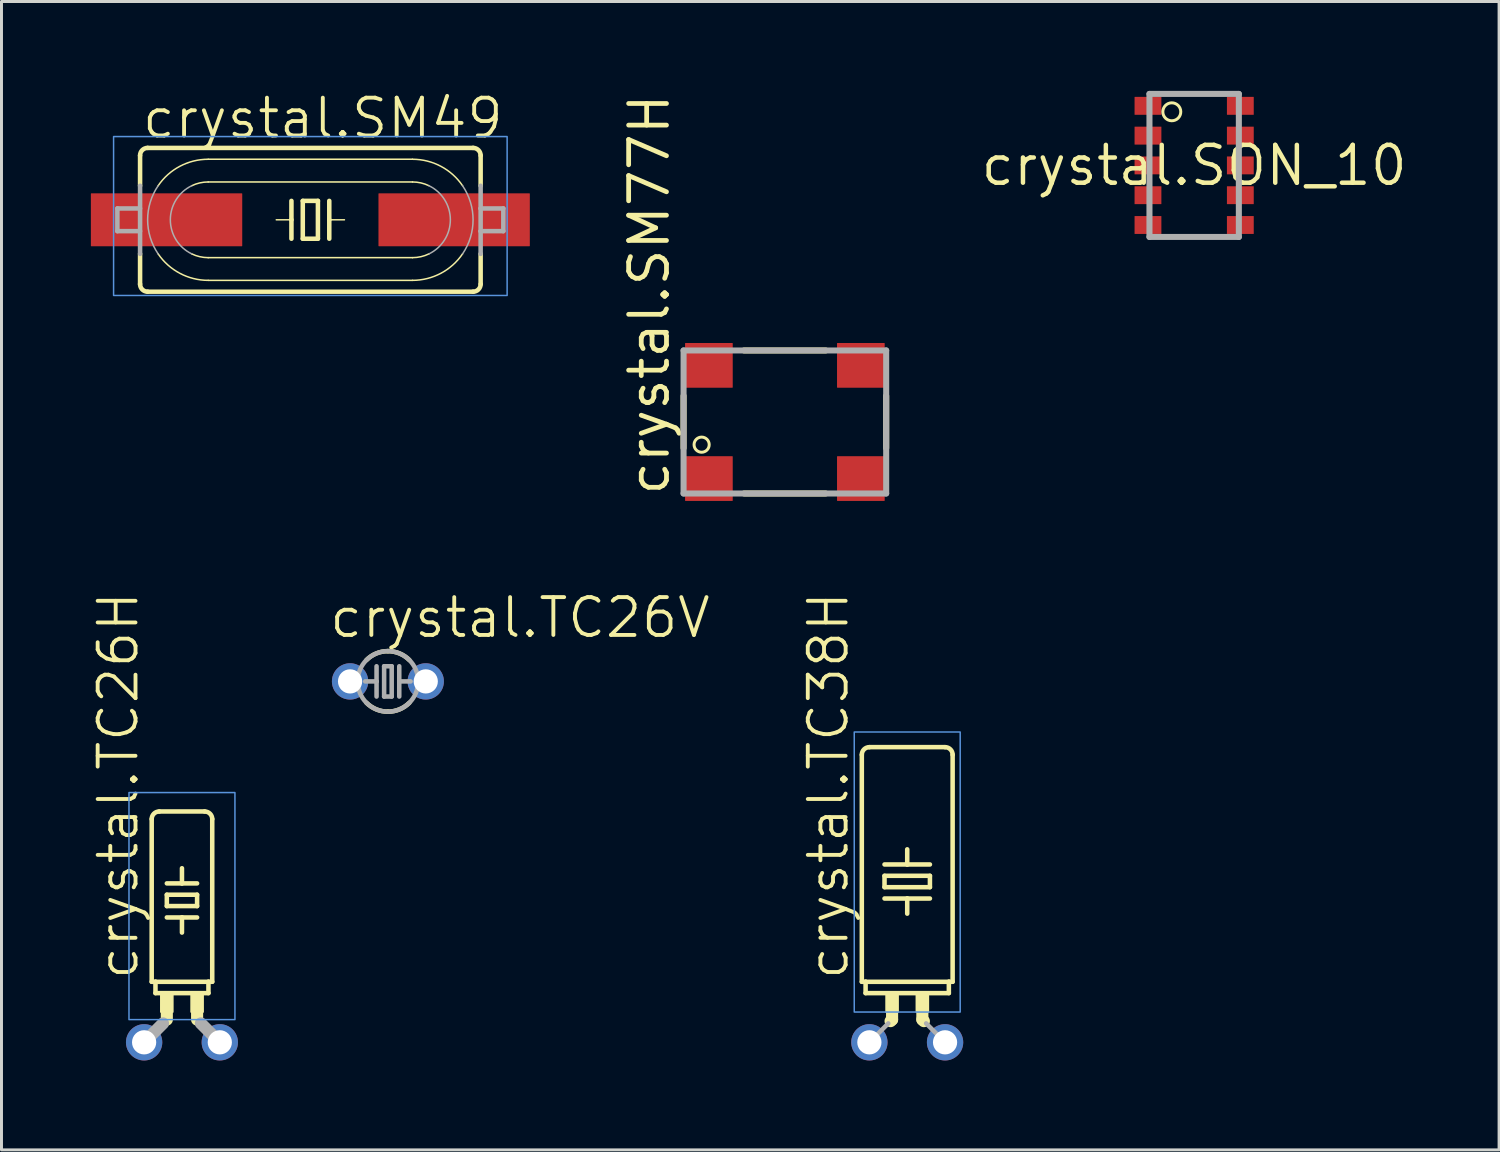
<source format=kicad_pcb>
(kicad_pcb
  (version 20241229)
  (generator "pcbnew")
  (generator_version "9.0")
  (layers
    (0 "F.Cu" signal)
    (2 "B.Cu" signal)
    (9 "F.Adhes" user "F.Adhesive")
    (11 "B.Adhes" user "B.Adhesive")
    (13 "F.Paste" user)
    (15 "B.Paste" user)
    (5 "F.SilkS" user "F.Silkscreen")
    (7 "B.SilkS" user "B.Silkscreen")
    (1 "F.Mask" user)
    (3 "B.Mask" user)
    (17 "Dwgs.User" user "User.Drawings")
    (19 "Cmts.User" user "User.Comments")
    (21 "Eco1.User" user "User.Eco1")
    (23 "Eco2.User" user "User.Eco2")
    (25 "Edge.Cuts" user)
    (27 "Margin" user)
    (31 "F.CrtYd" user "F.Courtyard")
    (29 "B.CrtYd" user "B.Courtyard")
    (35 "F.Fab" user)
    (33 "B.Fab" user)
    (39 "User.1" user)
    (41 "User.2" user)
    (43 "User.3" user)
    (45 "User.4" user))
  (footprint "crystal.SM49"
    (layer "F.Cu")
    (at 7.366 4.327)
    (property "Reference" "crystal.SM49" (at -5.715 -2.667 0) (layer "F.SilkS") (effects (font (size 1.27 1.27) (thickness 0.13)) (justify left bottom)))
    (attr smd)
    (fp_line (start -5.715 -2.159) (end -5.715 -1.143) (stroke (width 0.152) (type default)) (layer "F.SilkS"))
    (fp_line (start -5.715 1.143) (end -5.715 2.159) (stroke (width 0.152) (type default)) (layer "F.SilkS"))
    (fp_line (start -5.461 -2.413) (end 5.461 -2.413) (stroke (width 0.152) (type default)) (layer "F.SilkS"))
    (fp_line (start -5.461 2.413) (end 5.461 2.413) (stroke (width 0.152) (type default)) (layer "F.SilkS"))
    (fp_line (start -3.429 -2.032) (end 3.429 -2.032) (stroke (width 0.051) (type default)) (layer "F.SilkS"))
    (fp_line (start -3.429 -1.27) (end 3.429 -1.27) (stroke (width 0.051) (type default)) (layer "F.SilkS"))
    (fp_line (start -0.635 -0.635) (end -0.635 0) (stroke (width 0.152) (type default)) (layer "F.SilkS"))
    (fp_line (start -0.635 0) (end -1.143 0) (stroke (width 0.051) (type default)) (layer "F.SilkS"))
    (fp_line (start -0.635 0) (end -0.635 0.635) (stroke (width 0.152) (type default)) (layer "F.SilkS"))
    (fp_line (start -0.254 -0.635) (end -0.254 0.635) (stroke (width 0.152) (type default)) (layer "F.SilkS"))
    (fp_line (start -0.254 0.635) (end 0.254 0.635) (stroke (width 0.152) (type default)) (layer "F.SilkS"))
    (fp_line (start 0.254 -0.635) (end -0.254 -0.635) (stroke (width 0.152) (type default)) (layer "F.SilkS"))
    (fp_line (start 0.254 0.635) (end 0.254 -0.635) (stroke (width 0.152) (type default)) (layer "F.SilkS"))
    (fp_line (start 0.635 -0.635) (end 0.635 0) (stroke (width 0.152) (type default)) (layer "F.SilkS"))
    (fp_line (start 0.635 0) (end 0.635 0.635) (stroke (width 0.152) (type default)) (layer "F.SilkS"))
    (fp_line (start 0.635 0) (end 1.143 0) (stroke (width 0.051) (type default)) (layer "F.SilkS"))
    (fp_line (start 3.429 1.27) (end -3.429 1.27) (stroke (width 0.051) (type default)) (layer "F.SilkS"))
    (fp_line (start 3.429 2.032) (end -3.429 2.032) (stroke (width 0.051) (type default)) (layer "F.SilkS"))
    (fp_line (start 5.715 -2.159) (end 5.715 -1.143) (stroke (width 0.152) (type default)) (layer "F.SilkS"))
    (fp_line (start 5.715 1.143) (end 5.715 2.159) (stroke (width 0.152) (type default)) (layer "F.SilkS"))
    (fp_arc (start -5.715 -2.159) (mid -5.640605 -2.338605) (end -5.461 -2.413) (stroke (width 0.1524) (type default)) (layer "F.SilkS"))
    (fp_arc (start -5.461 2.413) (mid -5.640605 2.338605) (end -5.715 2.159) (stroke (width 0.1524) (type default)) (layer "F.SilkS"))
    (fp_arc (start -5.1091 -1.143) (mid -4.379417 -1.796107) (end -3.429 -2.0321) (stroke (width 0.0508) (type default)) (layer "F.SilkS"))
    (fp_arc (start -3.9826 -1.143) (mid -3.712991 -1.237845) (end -3.429 -1.27) (stroke (width 0.0508) (type default)) (layer "F.SilkS"))
    (fp_arc (start -3.429 1.27) (mid -3.712991 1.237845) (end -3.9826 1.143) (stroke (width 0.0508) (type default)) (layer "F.SilkS"))
    (fp_arc (start -3.429 2.032) (mid -4.379408 1.796062) (end -5.1091 1.143) (stroke (width 0.0508) (type default)) (layer "F.SilkS"))
    (fp_arc (start 3.429 -2.032) (mid 4.379408 -1.796062) (end 5.1091 -1.143) (stroke (width 0.0508) (type default)) (layer "F.SilkS"))
    (fp_arc (start 3.429 -1.27) (mid 3.712991 -1.237845) (end 3.9826 -1.143) (stroke (width 0.0508) (type default)) (layer "F.SilkS"))
    (fp_arc (start 3.9826 1.143) (mid 3.712991 1.237845) (end 3.429 1.27) (stroke (width 0.0508) (type default)) (layer "F.SilkS"))
    (fp_arc (start 5.109 1.1429) (mid 4.379367 1.795995) (end 3.429 2.032) (stroke (width 0.0508) (type default)) (layer "F.SilkS"))
    (fp_arc (start 5.461 -2.413) (mid 5.640605 -2.338605) (end 5.715 -2.159) (stroke (width 0.1524) (type default)) (layer "F.SilkS"))
    (fp_arc (start 5.715 2.159) (mid 5.640605 2.338605) (end 5.461 2.413) (stroke (width 0.1524) (type default)) (layer "F.SilkS"))
    (fp_rect (start -6.604 2.54) (end 6.604 -2.794) (stroke (width 0.05) (type default)) (fill no) (layer "Cmts.User"))
    (fp_line (start -6.477 -0.381) (end -6.477 0.381) (stroke (width 0.152) (type default)) (layer "F.Fab"))
    (fp_line (start -5.715 -1.143) (end -5.715 1.143) (stroke (width 0.152) (type default)) (layer "F.Fab"))
    (fp_line (start -5.715 -0.381) (end -6.477 -0.381) (stroke (width 0.152) (type default)) (layer "F.Fab"))
    (fp_line (start -5.715 0.381) (end -6.477 0.381) (stroke (width 0.152) (type default)) (layer "F.Fab"))
    (fp_line (start 5.715 -1.143) (end 5.715 -0.381) (stroke (width 0.152) (type default)) (layer "F.Fab"))
    (fp_line (start 5.715 -0.381) (end 5.715 0.381) (stroke (width 0.152) (type default)) (layer "F.Fab"))
    (fp_line (start 5.715 -0.381) (end 6.477 -0.381) (stroke (width 0.152) (type default)) (layer "F.Fab"))
    (fp_line (start 5.715 0.381) (end 5.715 1.143) (stroke (width 0.152) (type default)) (layer "F.Fab"))
    (fp_line (start 5.715 0.381) (end 6.477 0.381) (stroke (width 0.152) (type default)) (layer "F.Fab"))
    (fp_line (start 6.477 -0.381) (end 6.477 0.381) (stroke (width 0.152) (type default)) (layer "F.Fab"))
    (fp_arc (start -5.1091 1.143) (mid -5.46104 0) (end -5.1091 -1.143) (stroke (width 0.0508) (type default)) (layer "F.Fab"))
    (fp_arc (start -3.9826 1.143) (mid -4.699009 0) (end -3.9826 -1.143) (stroke (width 0.0508) (type default)) (layer "F.Fab"))
    (fp_arc (start 3.9826 -1.143) (mid 4.699009 0) (end 3.9826 1.143) (stroke (width 0.0508) (type default)) (layer "F.Fab"))
    (fp_arc (start 5.1091 -1.143) (mid 5.46104 0) (end 5.1091 1.143) (stroke (width 0.0508) (type default)) (layer "F.Fab"))
    (pad "1" smd roundrect (at -4.826 0) (size 5.08 1.778) (layers "F.Cu" "F.Mask" "F.Paste") (roundrect_rratio 0.01))
    (pad "2" smd roundrect (at 4.826 0) (size 5.08 1.778) (layers "F.Cu" "F.Mask" "F.Paste") (roundrect_rratio 0.01)))
  (footprint "crystal.TC26H"
    (layer "F.Cu")
    (at 3.057 31.932)
    (property "Reference" "crystal.TC26H" (at -1.397 -2.032 90) (layer "F.SilkS") (effects (font (size 1.27 1.27) (thickness 0.13)) (justify left bottom)))
    (attr through_hole)
    (fp_line (start -1.016 -2.032) (end -1.016 -7.493) (stroke (width 0.152) (type default)) (layer "F.SilkS"))
    (fp_line (start -1.016 -2.032) (end -0.889 -2.032) (stroke (width 0.152) (type default)) (layer "F.SilkS"))
    (fp_line (start -0.889 -1.651) (end -0.889 -2.032) (stroke (width 0.152) (type default)) (layer "F.SilkS"))
    (fp_line (start -0.889 -1.651) (end 0.889 -1.651) (stroke (width 0.152) (type default)) (layer "F.SilkS"))
    (fp_line (start -0.762 -7.747) (end 0.762 -7.747) (stroke (width 0.152) (type default)) (layer "F.SilkS"))
    (fp_line (start -0.508 -5.334) (end 0 -5.334) (stroke (width 0.152) (type default)) (layer "F.SilkS"))
    (fp_line (start -0.508 -4.953) (end -0.508 -4.572) (stroke (width 0.152) (type default)) (layer "F.SilkS"))
    (fp_line (start -0.508 -4.953) (end 0.508 -4.953) (stroke (width 0.152) (type default)) (layer "F.SilkS"))
    (fp_line (start -0.508 -4.191) (end 0 -4.191) (stroke (width 0.152) (type default)) (layer "F.SilkS"))
    (fp_line (start -0.508 -0.762) (end -0.508 -1.27) (stroke (width 0.406) (type default)) (layer "F.SilkS"))
    (fp_line (start 0 -5.334) (end 0 -5.842) (stroke (width 0.152) (type default)) (layer "F.SilkS"))
    (fp_line (start 0 -5.334) (end 0.508 -5.334) (stroke (width 0.152) (type default)) (layer "F.SilkS"))
    (fp_line (start 0 -4.191) (end 0 -3.683) (stroke (width 0.152) (type default)) (layer "F.SilkS"))
    (fp_line (start 0 -4.191) (end 0.508 -4.191) (stroke (width 0.152) (type default)) (layer "F.SilkS"))
    (fp_line (start 0.508 -4.572) (end -0.508 -4.572) (stroke (width 0.152) (type default)) (layer "F.SilkS"))
    (fp_line (start 0.508 -4.572) (end 0.508 -4.953) (stroke (width 0.152) (type default)) (layer "F.SilkS"))
    (fp_line (start 0.508 -0.762) (end 0.508 -1.143) (stroke (width 0.406) (type default)) (layer "F.SilkS"))
    (fp_line (start 0.889 -2.032) (end -0.889 -2.032) (stroke (width 0.152) (type default)) (layer "F.SilkS"))
    (fp_line (start 0.889 -1.651) (end 0.889 -2.032) (stroke (width 0.152) (type default)) (layer "F.SilkS"))
    (fp_line (start 1.016 -2.032) (end 0.889 -2.032) (stroke (width 0.152) (type default)) (layer "F.SilkS"))
    (fp_line (start 1.016 -2.032) (end 1.016 -7.493) (stroke (width 0.152) (type default)) (layer "F.SilkS"))
    (fp_rect (start -0.711 -1.016) (end -0.305 -1.6) (stroke (width 0.05) (type default)) (fill yes) (layer "F.SilkS"))
    (fp_rect (start 0.305 -1.016) (end 0.711 -1.6) (stroke (width 0.05) (type default)) (fill yes) (layer "F.SilkS"))
    (fp_arc (start -1.016 -7.493) (mid -0.941605 -7.672605) (end -0.762 -7.747) (stroke (width 0.1524) (type default)) (layer "F.SilkS"))
    (fp_arc (start 0.762 -7.747) (mid 0.941605 -7.672605) (end 1.016 -7.493) (stroke (width 0.1524) (type default)) (layer "F.SilkS"))
    (fp_rect (start -1.778 -0.762) (end 1.778 -8.382) (stroke (width 0.05) (type default)) (fill no) (layer "Cmts.User"))
    (fp_line (start -0.635 -0.635) (end -1.27 0) (stroke (width 0.406) (type default)) (layer "F.Fab"))
    (fp_line (start 0.635 -0.635) (end 1.27 0) (stroke (width 0.406) (type default)) (layer "F.Fab"))
    (pad "1" thru_hole circle (at -1.27 0) (size 1.219 1.219) (drill 0.813) (layers "*.Cu" "*.Mask"))
    (pad "2" thru_hole circle (at 1.27 0) (size 1.219 1.219) (drill 0.813) (layers "*.Cu" "*.Mask")))
  (footprint "crystal.TC38H"
    (layer "F.Cu")
    (at 27.398 31.932)
    (property "Reference" "crystal.TC38H" (at -1.905 -2.032 90) (layer "F.SilkS") (effects (font (size 1.27 1.27) (thickness 0.13)) (justify left bottom)))
    (attr through_hole)
    (fp_line (start -1.524 -2.032) (end -1.524 -9.652) (stroke (width 0.152) (type default)) (layer "F.SilkS"))
    (fp_line (start -1.524 -2.032) (end -1.397 -2.032) (stroke (width 0.152) (type default)) (layer "F.SilkS"))
    (fp_line (start -1.397 -1.651) (end -1.397 -2.032) (stroke (width 0.152) (type default)) (layer "F.SilkS"))
    (fp_line (start -1.397 -1.651) (end 1.397 -1.651) (stroke (width 0.152) (type default)) (layer "F.SilkS"))
    (fp_line (start -1.27 -9.906) (end 1.27 -9.906) (stroke (width 0.152) (type default)) (layer "F.SilkS"))
    (fp_line (start -0.762 -5.969) (end 0 -5.969) (stroke (width 0.152) (type default)) (layer "F.SilkS"))
    (fp_line (start -0.762 -5.588) (end -0.762 -5.207) (stroke (width 0.152) (type default)) (layer "F.SilkS"))
    (fp_line (start -0.762 -5.588) (end 0.762 -5.588) (stroke (width 0.152) (type default)) (layer "F.SilkS"))
    (fp_line (start -0.762 -4.826) (end 0 -4.826) (stroke (width 0.152) (type default)) (layer "F.SilkS"))
    (fp_line (start -0.559 -0.711) (end -0.508 -0.762) (stroke (width 0.406) (type default)) (layer "F.SilkS"))
    (fp_line (start -0.508 -0.762) (end -0.508 -1.016) (stroke (width 0.406) (type default)) (layer "F.SilkS"))
    (fp_line (start 0 -5.969) (end 0 -6.477) (stroke (width 0.152) (type default)) (layer "F.SilkS"))
    (fp_line (start 0 -5.969) (end 0.762 -5.969) (stroke (width 0.152) (type default)) (layer "F.SilkS"))
    (fp_line (start 0 -4.826) (end 0 -4.318) (stroke (width 0.152) (type default)) (layer "F.SilkS"))
    (fp_line (start 0 -4.826) (end 0.762 -4.826) (stroke (width 0.152) (type default)) (layer "F.SilkS"))
    (fp_line (start 0.508 -0.762) (end 0.508 -1.143) (stroke (width 0.406) (type default)) (layer "F.SilkS"))
    (fp_line (start 0.559 -0.711) (end 0.508 -0.762) (stroke (width 0.406) (type default)) (layer "F.SilkS"))
    (fp_line (start 0.762 -5.207) (end -0.762 -5.207) (stroke (width 0.152) (type default)) (layer "F.SilkS"))
    (fp_line (start 0.762 -5.207) (end 0.762 -5.588) (stroke (width 0.152) (type default)) (layer "F.SilkS"))
    (fp_line (start 1.397 -2.032) (end -1.397 -2.032) (stroke (width 0.152) (type default)) (layer "F.SilkS"))
    (fp_line (start 1.397 -1.651) (end 1.397 -2.032) (stroke (width 0.152) (type default)) (layer "F.SilkS"))
    (fp_line (start 1.524 -2.032) (end 1.397 -2.032) (stroke (width 0.152) (type default)) (layer "F.SilkS"))
    (fp_line (start 1.524 -2.032) (end 1.524 -9.652) (stroke (width 0.152) (type default)) (layer "F.SilkS"))
    (fp_rect (start -0.711 -1.016) (end -0.305 -1.6) (stroke (width 0.05) (type default)) (fill yes) (layer "F.SilkS"))
    (fp_rect (start 0.305 -1.016) (end 0.711 -1.6) (stroke (width 0.05) (type default)) (fill yes) (layer "F.SilkS"))
    (fp_arc (start -1.524 -9.652) (mid -1.449605 -9.831605) (end -1.27 -9.906) (stroke (width 0.1524) (type default)) (layer "F.SilkS"))
    (fp_arc (start 1.27 -9.906) (mid 1.449605 -9.831605) (end 1.524 -9.652) (stroke (width 0.1524) (type default)) (layer "F.SilkS"))
    (fp_rect (start -1.778 -1.016) (end 1.778 -10.414) (stroke (width 0.05) (type default)) (fill no) (layer "Cmts.User"))
    (fp_line (start -0.635 -0.635) (end -1.27 0) (stroke (width 0.152) (type default)) (layer "F.Fab"))
    (fp_line (start 0.635 -0.635) (end 1.27 0) (stroke (width 0.152) (type default)) (layer "F.Fab"))
    (pad "1" thru_hole circle (at -1.27 0) (size 1.219 1.219) (drill 0.813) (layers "*.Cu" "*.Mask"))
    (pad "2" thru_hole circle (at 1.27 0) (size 1.219 1.219) (drill 0.813) (layers "*.Cu" "*.Mask")))
  (footprint "crystal.SM77H"
    (layer "F.Cu")
    (at 23.292 11.112)
    (property "Reference" "crystal.SM77H" (at -3.81 2.54 90) (layer "F.SilkS") (effects (font (size 1.27 1.27) (thickness 0.16)) (justify left bottom)))
    (attr smd)
    (fp_line (start -3.4 -0.876) (end -3.4 0.876) (stroke (width 0.203) (type default)) (layer "F.SilkS"))
    (fp_line (start -1.368 2.4) (end 1.368 2.4) (stroke (width 0.203) (type default)) (layer "F.SilkS"))
    (fp_line (start 1.368 -2.4) (end -1.368 -2.4) (stroke (width 0.203) (type default)) (layer "F.SilkS"))
    (fp_line (start 3.4 0.876) (end 3.4 -0.876) (stroke (width 0.203) (type default)) (layer "F.SilkS"))
    (fp_circle (center -2.794 0.762) (end -2.54 0.762) (stroke (width 0.1) (type default)) (fill no) (layer "F.SilkS"))
    (fp_line (start -3.4 -2.4) (end -3.4 2.4) (stroke (width 0.203) (type default)) (layer "F.Fab"))
    (fp_line (start -3.4 2.4) (end 3.4 2.4) (stroke (width 0.203) (type default)) (layer "F.Fab"))
    (fp_line (start 3.4 -2.4) (end -3.4 -2.4) (stroke (width 0.203) (type default)) (layer "F.Fab"))
    (fp_line (start 3.4 2.4) (end 3.4 -2.4) (stroke (width 0.203) (type default)) (layer "F.Fab"))
    (pad "1" smd roundrect (at -2.55 1.9 90) (size 1.5 1.6) (layers "F.Cu" "F.Mask" "F.Paste") (roundrect_rratio 0.01))
    (pad "2" smd roundrect (at 2.55 1.9 90) (size 1.5 1.6) (layers "F.Cu" "F.Mask" "F.Paste") (roundrect_rratio 0.01))
    (pad "3" smd roundrect (at 2.55 -1.9 270) (size 1.5 1.6) (layers "F.Cu" "F.Mask" "F.Paste") (roundrect_rratio 0.01))
    (pad "4" smd roundrect (at -2.55 -1.9 270) (size 1.5 1.6) (layers "F.Cu" "F.Mask" "F.Paste") (roundrect_rratio 0.01)))
  (footprint "crystal.TC26V"
    (layer "F.Cu")
    (at 9.969 19.819)
    (property "Reference" "crystal.TC26V" (at -2.032 -1.397 0) (layer "F.SilkS") (effects (font (size 1.27 1.27) (thickness 0.13)) (justify left bottom)))
    (attr through_hole)
    (fp_arc (start -0.7184 -0.7184) (mid -0.388798 -0.938648) (end 0 -1.016) (stroke (width 0.1524) (type default)) (layer "F.SilkS"))
    (fp_arc (start 0 -1.016) (mid 0.388798 -0.938648) (end 0.7184 -0.7184) (stroke (width 0.1524) (type default)) (layer "F.SilkS"))
    (fp_arc (start 0 1.016) (mid -0.388798 0.938648) (end -0.7184 0.7184) (stroke (width 0.1524) (type default)) (layer "F.SilkS"))
    (fp_arc (start 0.7184 0.7184) (mid 0.388798 0.938648) (end 0 1.016) (stroke (width 0.1524) (type default)) (layer "F.SilkS"))
    (fp_line (start -0.381 0) (end -0.762 0) (stroke (width 0.152) (type default)) (layer "F.Fab"))
    (fp_line (start -0.381 0) (end -0.381 -0.508) (stroke (width 0.152) (type default)) (layer "F.Fab"))
    (fp_line (start -0.381 0.508) (end -0.381 0) (stroke (width 0.152) (type default)) (layer "F.Fab"))
    (fp_line (start -0.127 0.508) (end -0.127 -0.508) (stroke (width 0.152) (type default)) (layer "F.Fab"))
    (fp_line (start -0.127 0.508) (end 0.127 0.508) (stroke (width 0.152) (type default)) (layer "F.Fab"))
    (fp_line (start 0.127 -0.508) (end -0.127 -0.508) (stroke (width 0.152) (type default)) (layer "F.Fab"))
    (fp_line (start 0.127 -0.508) (end 0.127 0.508) (stroke (width 0.152) (type default)) (layer "F.Fab"))
    (fp_line (start 0.381 0) (end 0.381 -0.508) (stroke (width 0.152) (type default)) (layer "F.Fab"))
    (fp_line (start 0.381 0) (end 0.762 0) (stroke (width 0.152) (type default)) (layer "F.Fab"))
    (fp_line (start 0.381 0.508) (end 0.381 0) (stroke (width 0.152) (type default)) (layer "F.Fab"))
    (fp_circle (center 0 0) (end 1.016 0) (stroke (width 0.152) (type default)) (fill no) (layer "F.Fab"))
    (pad "1" thru_hole circle (at -1.27 0) (size 1.219 1.219) (drill 0.813) (layers "*.Cu" "*.Mask"))
    (pad "2" thru_hole circle (at 1.27 0) (size 1.219 1.219) (drill 0.813) (layers "*.Cu" "*.Mask")))
  (footprint "crystal.SON_10"
    (layer "F.Cu")
    (at 37.028 2.502)
    (property "Reference" "crystal.SON_10" (at 0 0 0) (layer "F.SilkS") (effects (font (size 1.27 1.27) (thickness 0.15))))
    (attr smd)
    (fp_circle (center -0.75 -1.8) (end -0.449 -1.8) (stroke (width 0.1) (type default)) (fill no) (layer "F.SilkS"))
    (fp_line (start -1.5 -2.4) (end -1.5 2.4) (stroke (width 0.203) (type default)) (layer "F.Fab"))
    (fp_line (start -1.5 2.4) (end 1.5 2.4) (stroke (width 0.203) (type default)) (layer "F.Fab"))
    (fp_line (start 1.5 -2.4) (end -1.5 -2.4) (stroke (width 0.203) (type default)) (layer "F.Fab"))
    (fp_line (start 1.5 2.4) (end 1.5 -2.4) (stroke (width 0.203) (type default)) (layer "F.Fab"))
    (pad "1" smd roundrect (at -1.55 -2) (size 0.9 0.6) (layers "F.Cu" "F.Mask" "F.Paste") (roundrect_rratio 0.01))
    (pad "2" smd roundrect (at -1.55 -1) (size 0.9 0.6) (layers "F.Cu" "F.Mask" "F.Paste") (roundrect_rratio 0.01))
    (pad "3" smd roundrect (at -1.55 0) (size 0.9 0.6) (layers "F.Cu" "F.Mask" "F.Paste") (roundrect_rratio 0.01))
    (pad "4" smd roundrect (at -1.55 1) (size 0.9 0.6) (layers "F.Cu" "F.Mask" "F.Paste") (roundrect_rratio 0.01))
    (pad "5" smd roundrect (at -1.55 2) (size 0.9 0.6) (layers "F.Cu" "F.Mask" "F.Paste") (roundrect_rratio 0.01))
    (pad "6" smd roundrect (at 1.55 2 180) (size 0.9 0.6) (layers "F.Cu" "F.Mask" "F.Paste") (roundrect_rratio 0.01))
    (pad "7" smd roundrect (at 1.55 1 180) (size 0.9 0.6) (layers "F.Cu" "F.Mask" "F.Paste") (roundrect_rratio 0.01))
    (pad "8" smd roundrect (at 1.55 0 180) (size 0.9 0.6) (layers "F.Cu" "F.Mask" "F.Paste") (roundrect_rratio 0.01))
    (pad "9" smd roundrect (at 1.55 -1 180) (size 0.9 0.6) (layers "F.Cu" "F.Mask" "F.Paste") (roundrect_rratio 0.01))
    (pad "10" smd roundrect (at 1.55 -2 180) (size 0.9 0.6) (layers "F.Cu" "F.Mask" "F.Paste") (roundrect_rratio 0.01)))
  (gr_rect
    (start -3 -3)
    (end 47.262 35.542)
    (stroke (width 0.1) (type default))
    (fill no)
    (layer "Edge.Cuts")))
</source>
